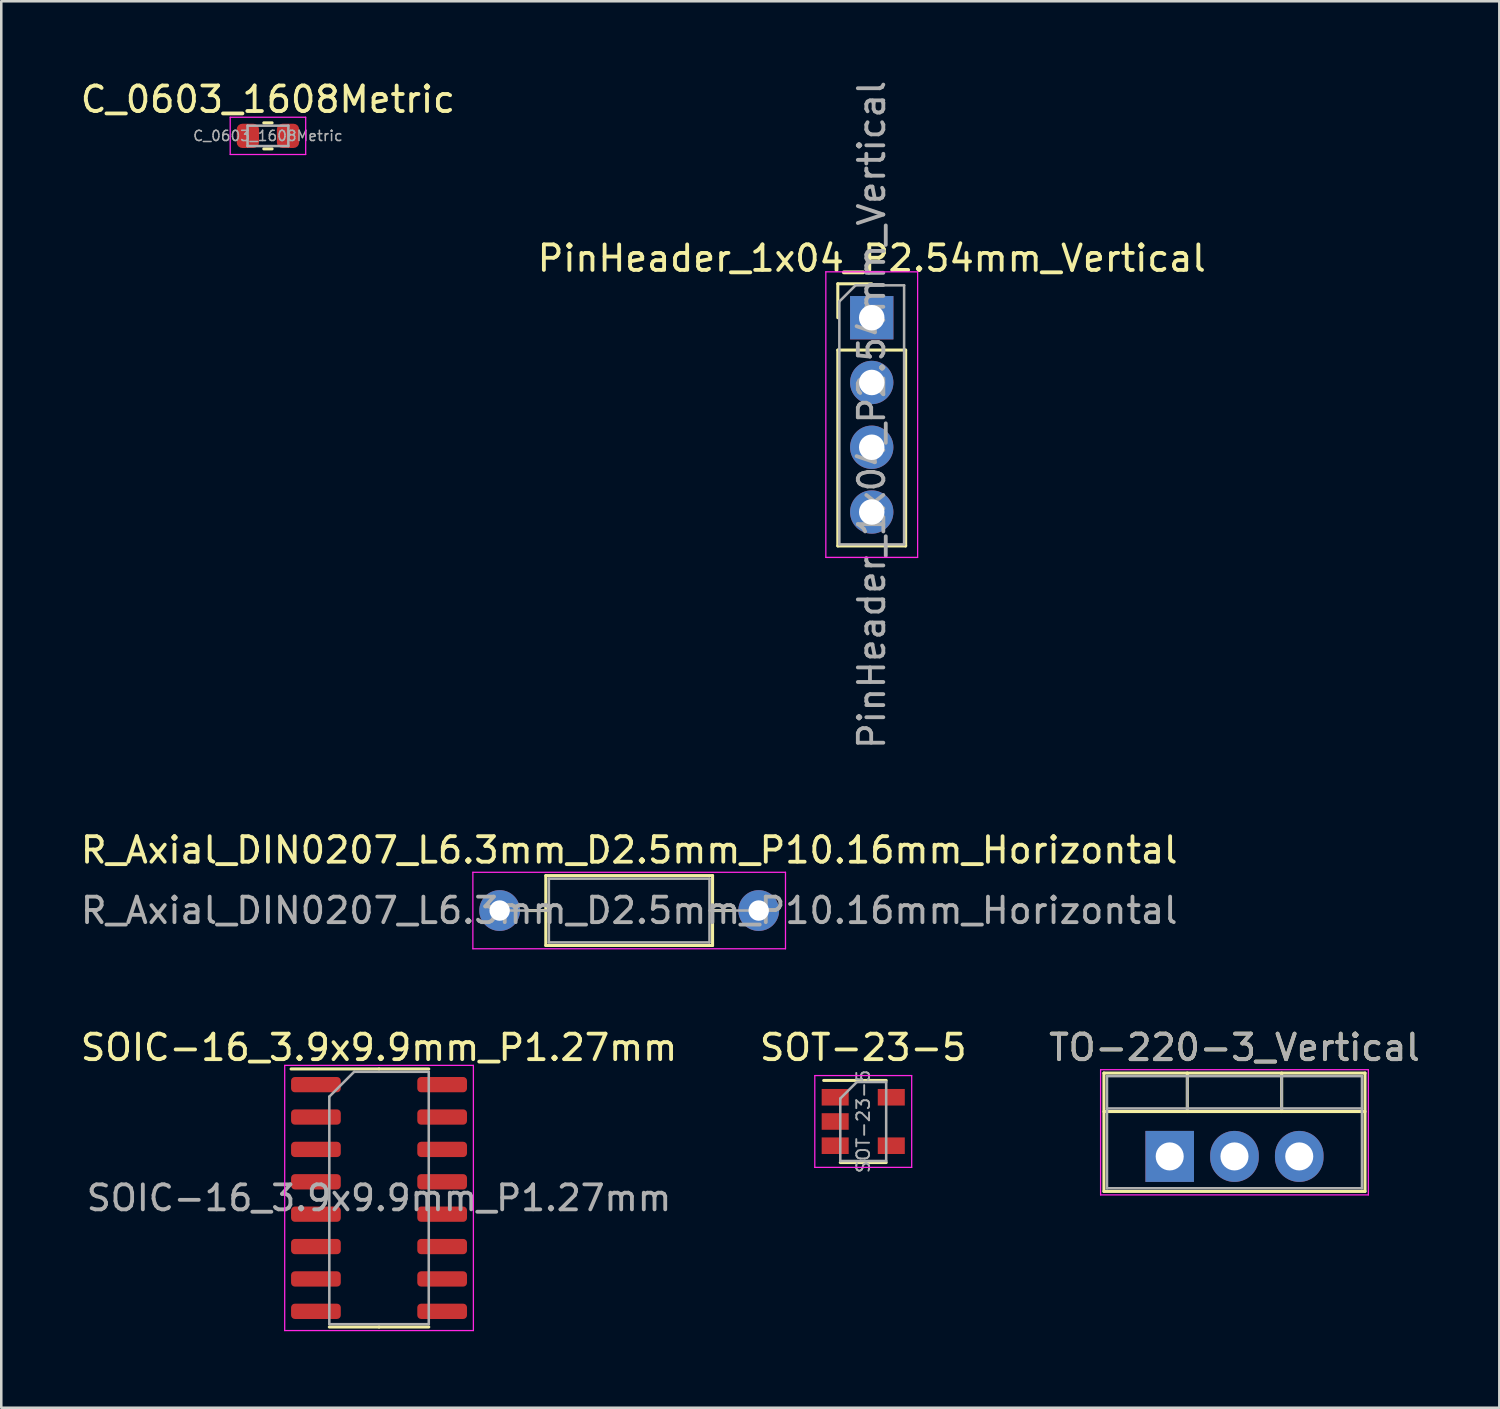
<source format=kicad_pcb>
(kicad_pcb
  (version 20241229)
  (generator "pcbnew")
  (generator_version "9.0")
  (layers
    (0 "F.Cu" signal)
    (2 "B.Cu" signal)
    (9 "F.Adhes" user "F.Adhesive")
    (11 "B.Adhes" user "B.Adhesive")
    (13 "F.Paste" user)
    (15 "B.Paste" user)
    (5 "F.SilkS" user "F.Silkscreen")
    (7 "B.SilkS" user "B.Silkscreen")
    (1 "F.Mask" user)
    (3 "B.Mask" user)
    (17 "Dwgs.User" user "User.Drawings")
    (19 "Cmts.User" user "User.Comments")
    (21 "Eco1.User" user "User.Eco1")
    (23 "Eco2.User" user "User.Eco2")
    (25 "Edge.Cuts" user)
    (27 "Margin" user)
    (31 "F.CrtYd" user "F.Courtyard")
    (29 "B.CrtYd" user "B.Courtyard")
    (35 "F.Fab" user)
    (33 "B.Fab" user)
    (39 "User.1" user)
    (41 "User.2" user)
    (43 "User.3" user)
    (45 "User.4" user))
  (footprint "R_Axial_DIN0207_L6.3mm_D2.5mm_P10.16mm_Horizontal"
    (layer "F.Cu")
    (at 16.545 32.659)
    (property "Reference" "R_Axial_DIN0207_L6.3mm_D2.5mm_P10.16mm_Horizontal" (at 5.08 -2.37 0) (layer "F.SilkS") (effects (font (size 1 1) (thickness 0.15))))
    (attr through_hole)
    (fp_line (start 1.04 0) (end 1.81 0) (stroke (width 0.12) (type solid)) (layer "F.SilkS"))
    (fp_line (start 1.81 -1.37) (end 1.81 1.37) (stroke (width 0.12) (type solid)) (layer "F.SilkS"))
    (fp_line (start 1.81 1.37) (end 8.35 1.37) (stroke (width 0.12) (type solid)) (layer "F.SilkS"))
    (fp_line (start 8.35 -1.37) (end 1.81 -1.37) (stroke (width 0.12) (type solid)) (layer "F.SilkS"))
    (fp_line (start 8.35 1.37) (end 8.35 -1.37) (stroke (width 0.12) (type solid)) (layer "F.SilkS"))
    (fp_line (start 9.12 0) (end 8.35 0) (stroke (width 0.12) (type solid)) (layer "F.SilkS"))
    (fp_line (start -1.05 -1.5) (end -1.05 1.5) (stroke (width 0.05) (type solid)) (layer "F.CrtYd"))
    (fp_line (start -1.05 1.5) (end 11.21 1.5) (stroke (width 0.05) (type solid)) (layer "F.CrtYd"))
    (fp_line (start 11.21 -1.5) (end -1.05 -1.5) (stroke (width 0.05) (type solid)) (layer "F.CrtYd"))
    (fp_line (start 11.21 1.5) (end 11.21 -1.5) (stroke (width 0.05) (type solid)) (layer "F.CrtYd"))
    (fp_line (start 0 0) (end 1.93 0) (stroke (width 0.1) (type solid)) (layer "F.Fab"))
    (fp_line (start 1.93 -1.25) (end 1.93 1.25) (stroke (width 0.1) (type solid)) (layer "F.Fab"))
    (fp_line (start 1.93 1.25) (end 8.23 1.25) (stroke (width 0.1) (type solid)) (layer "F.Fab"))
    (fp_line (start 8.23 -1.25) (end 1.93 -1.25) (stroke (width 0.1) (type solid)) (layer "F.Fab"))
    (fp_line (start 8.23 1.25) (end 8.23 -1.25) (stroke (width 0.1) (type solid)) (layer "F.Fab"))
    (fp_line (start 10.16 0) (end 8.23 0) (stroke (width 0.1) (type solid)) (layer "F.Fab"))
    (fp_text user "${REFERENCE}" (at 5.08 0 0) (layer "F.Fab") (effects (font (size 1 1) (thickness 0.15))))
    (pad "1" thru_hole circle (at 0 0) (size 1.6 1.6) (drill 0.8) (layers "*.Cu" "*.Mask"))
    (pad "2" thru_hole oval (at 10.16 0) (size 1.6 1.6) (drill 0.8) (layers "*.Cu" "*.Mask")))
  (footprint "SOIC-16_3.9x9.9mm_P1.27mm"
    (layer "F.Cu")
    (at 11.815 43.932)
    (property "Reference" "SOIC-16_3.9x9.9mm_P1.27mm" (at 0 -5.9 0) (layer "F.SilkS") (effects (font (size 1 1) (thickness 0.15))))
    (attr smd)
    (fp_line (start 0 -5.06) (end -3.45 -5.06) (stroke (width 0.12) (type solid)) (layer "F.SilkS"))
    (fp_line (start 0 -5.06) (end 1.95 -5.06) (stroke (width 0.12) (type solid)) (layer "F.SilkS"))
    (fp_line (start 0 5.06) (end -1.95 5.06) (stroke (width 0.12) (type solid)) (layer "F.SilkS"))
    (fp_line (start 0 5.06) (end 1.95 5.06) (stroke (width 0.12) (type solid)) (layer "F.SilkS"))
    (fp_line (start -3.7 -5.2) (end -3.7 5.2) (stroke (width 0.05) (type solid)) (layer "F.CrtYd"))
    (fp_line (start -3.7 5.2) (end 3.7 5.2) (stroke (width 0.05) (type solid)) (layer "F.CrtYd"))
    (fp_line (start 3.7 -5.2) (end -3.7 -5.2) (stroke (width 0.05) (type solid)) (layer "F.CrtYd"))
    (fp_line (start 3.7 5.2) (end 3.7 -5.2) (stroke (width 0.05) (type solid)) (layer "F.CrtYd"))
    (fp_line (start -1.95 -3.975) (end -0.975 -4.95) (stroke (width 0.1) (type solid)) (layer "F.Fab"))
    (fp_line (start -1.95 4.95) (end -1.95 -3.975) (stroke (width 0.1) (type solid)) (layer "F.Fab"))
    (fp_line (start -0.975 -4.95) (end 1.95 -4.95) (stroke (width 0.1) (type solid)) (layer "F.Fab"))
    (fp_line (start 1.95 -4.95) (end 1.95 4.95) (stroke (width 0.1) (type solid)) (layer "F.Fab"))
    (fp_line (start 1.95 4.95) (end -1.95 4.95) (stroke (width 0.1) (type solid)) (layer "F.Fab"))
    (fp_text user "${REFERENCE}" (at 0 0 0) (layer "F.Fab") (effects (font (size 0.98 0.98) (thickness 0.15))))
    (pad "1" smd roundrect (at -2.475 -4.445) (size 1.95 0.6) (layers "F.Cu" "F.Mask" "F.Paste") (roundrect_rratio 0.25))
    (pad "2" smd roundrect (at -2.475 -3.175) (size 1.95 0.6) (layers "F.Cu" "F.Mask" "F.Paste") (roundrect_rratio 0.25))
    (pad "3" smd roundrect (at -2.475 -1.905) (size 1.95 0.6) (layers "F.Cu" "F.Mask" "F.Paste") (roundrect_rratio 0.25))
    (pad "4" smd roundrect (at -2.475 -0.635) (size 1.95 0.6) (layers "F.Cu" "F.Mask" "F.Paste") (roundrect_rratio 0.25))
    (pad "5" smd roundrect (at -2.475 0.635) (size 1.95 0.6) (layers "F.Cu" "F.Mask" "F.Paste") (roundrect_rratio 0.25))
    (pad "6" smd roundrect (at -2.475 1.905) (size 1.95 0.6) (layers "F.Cu" "F.Mask" "F.Paste") (roundrect_rratio 0.25))
    (pad "7" smd roundrect (at -2.475 3.175) (size 1.95 0.6) (layers "F.Cu" "F.Mask" "F.Paste") (roundrect_rratio 0.25))
    (pad "8" smd roundrect (at -2.475 4.445) (size 1.95 0.6) (layers "F.Cu" "F.Mask" "F.Paste") (roundrect_rratio 0.25))
    (pad "9" smd roundrect (at 2.475 4.445) (size 1.95 0.6) (layers "F.Cu" "F.Mask" "F.Paste") (roundrect_rratio 0.25))
    (pad "10" smd roundrect (at 2.475 3.175) (size 1.95 0.6) (layers "F.Cu" "F.Mask" "F.Paste") (roundrect_rratio 0.25))
    (pad "11" smd roundrect (at 2.475 1.905) (size 1.95 0.6) (layers "F.Cu" "F.Mask" "F.Paste") (roundrect_rratio 0.25))
    (pad "12" smd roundrect (at 2.475 0.635) (size 1.95 0.6) (layers "F.Cu" "F.Mask" "F.Paste") (roundrect_rratio 0.25))
    (pad "13" smd roundrect (at 2.475 -0.635) (size 1.95 0.6) (layers "F.Cu" "F.Mask" "F.Paste") (roundrect_rratio 0.25))
    (pad "14" smd roundrect (at 2.475 -1.905) (size 1.95 0.6) (layers "F.Cu" "F.Mask" "F.Paste") (roundrect_rratio 0.25))
    (pad "15" smd roundrect (at 2.475 -3.175) (size 1.95 0.6) (layers "F.Cu" "F.Mask" "F.Paste") (roundrect_rratio 0.25))
    (pad "16" smd roundrect (at 2.475 -4.445) (size 1.95 0.6) (layers "F.Cu" "F.Mask" "F.Paste") (roundrect_rratio 0.25)))
  (footprint "C_0603_1608Metric"
    (layer "F.Cu")
    (at 7.458 2.278)
    (property "Reference" "C_0603_1608Metric" (at 0 -1.43 0) (layer "F.SilkS") (effects (font (size 1 1) (thickness 0.15))))
    (attr smd)
    (fp_line (start -0.163 -0.51) (end 0.163 -0.51) (stroke (width 0.12) (type solid)) (layer "F.SilkS"))
    (fp_line (start -0.163 0.51) (end 0.163 0.51) (stroke (width 0.12) (type solid)) (layer "F.SilkS"))
    (fp_line (start -1.48 -0.73) (end 1.48 -0.73) (stroke (width 0.05) (type solid)) (layer "F.CrtYd"))
    (fp_line (start -1.48 0.73) (end -1.48 -0.73) (stroke (width 0.05) (type solid)) (layer "F.CrtYd"))
    (fp_line (start 1.48 -0.73) (end 1.48 0.73) (stroke (width 0.05) (type solid)) (layer "F.CrtYd"))
    (fp_line (start 1.48 0.73) (end -1.48 0.73) (stroke (width 0.05) (type solid)) (layer "F.CrtYd"))
    (fp_line (start -0.8 -0.4) (end 0.8 -0.4) (stroke (width 0.1) (type solid)) (layer "F.Fab"))
    (fp_line (start -0.8 0.4) (end -0.8 -0.4) (stroke (width 0.1) (type solid)) (layer "F.Fab"))
    (fp_line (start 0.8 -0.4) (end 0.8 0.4) (stroke (width 0.1) (type solid)) (layer "F.Fab"))
    (fp_line (start 0.8 0.4) (end -0.8 0.4) (stroke (width 0.1) (type solid)) (layer "F.Fab"))
    (fp_text user "${REFERENCE}" (at 0 0 0) (layer "F.Fab") (effects (font (size 0.4 0.4) (thickness 0.06))))
    (pad "1" smd roundrect (at -0.787 0) (size 0.875 0.95) (layers "F.Cu" "F.Mask" "F.Paste") (roundrect_rratio 0.25))
    (pad "2" smd roundrect (at 0.787 0) (size 0.875 0.95) (layers "F.Cu" "F.Mask" "F.Paste") (roundrect_rratio 0.25)))
  (footprint "SOT-23-5"
    (layer "F.Cu")
    (at 30.804 40.932)
    (property "Reference" "SOT-23-5" (at 0 -2.9 0) (layer "F.SilkS") (effects (font (size 1 1) (thickness 0.15))))
    (attr smd)
    (fp_line (start -0.9 1.61) (end 0.9 1.61) (stroke (width 0.12) (type solid)) (layer "F.SilkS"))
    (fp_line (start 0.9 -1.61) (end -1.55 -1.61) (stroke (width 0.12) (type solid)) (layer "F.SilkS"))
    (fp_line (start -1.9 -1.8) (end 1.9 -1.8) (stroke (width 0.05) (type solid)) (layer "F.CrtYd"))
    (fp_line (start -1.9 1.8) (end -1.9 -1.8) (stroke (width 0.05) (type solid)) (layer "F.CrtYd"))
    (fp_line (start 1.9 -1.8) (end 1.9 1.8) (stroke (width 0.05) (type solid)) (layer "F.CrtYd"))
    (fp_line (start 1.9 1.8) (end -1.9 1.8) (stroke (width 0.05) (type solid)) (layer "F.CrtYd"))
    (fp_line (start -0.9 -0.9) (end -0.9 1.55) (stroke (width 0.1) (type solid)) (layer "F.Fab"))
    (fp_line (start -0.9 -0.9) (end -0.25 -1.55) (stroke (width 0.1) (type solid)) (layer "F.Fab"))
    (fp_line (start 0.9 -1.55) (end -0.25 -1.55) (stroke (width 0.1) (type solid)) (layer "F.Fab"))
    (fp_line (start 0.9 -1.55) (end 0.9 1.55) (stroke (width 0.1) (type solid)) (layer "F.Fab"))
    (fp_line (start 0.9 1.55) (end -0.9 1.55) (stroke (width 0.1) (type solid)) (layer "F.Fab"))
    (fp_text user "${REFERENCE}" (at 0 0 90) (layer "F.Fab") (effects (font (size 0.5 0.5) (thickness 0.075))))
    (pad "1" smd rect (at -1.1 -0.95) (size 1.06 0.65) (layers "F.Cu" "F.Mask" "F.Paste"))
    (pad "2" smd rect (at -1.1 0) (size 1.06 0.65) (layers "F.Cu" "F.Mask" "F.Paste"))
    (pad "3" smd rect (at -1.1 0.95) (size 1.06 0.65) (layers "F.Cu" "F.Mask" "F.Paste"))
    (pad "4" smd rect (at 1.1 0.95) (size 1.06 0.65) (layers "F.Cu" "F.Mask" "F.Paste"))
    (pad "5" smd rect (at 1.1 -0.95) (size 1.06 0.65) (layers "F.Cu" "F.Mask" "F.Paste")))
  (footprint "PinHeader_1x04_P2.54mm_Vertical"
    (layer "F.Cu")
    (at 31.137 9.41)
    (property "Reference" "PinHeader_1x04_P2.54mm_Vertical" (at 0 -2.33 0) (layer "F.SilkS") (effects (font (size 1 1) (thickness 0.15))))
    (attr through_hole)
    (fp_line (start -1.33 -1.33) (end 0 -1.33) (stroke (width 0.12) (type solid)) (layer "F.SilkS"))
    (fp_line (start -1.33 0) (end -1.33 -1.33) (stroke (width 0.12) (type solid)) (layer "F.SilkS"))
    (fp_line (start -1.33 1.27) (end -1.33 8.95) (stroke (width 0.12) (type solid)) (layer "F.SilkS"))
    (fp_line (start -1.33 1.27) (end 1.33 1.27) (stroke (width 0.12) (type solid)) (layer "F.SilkS"))
    (fp_line (start -1.33 8.95) (end 1.33 8.95) (stroke (width 0.12) (type solid)) (layer "F.SilkS"))
    (fp_line (start 1.33 1.27) (end 1.33 8.95) (stroke (width 0.12) (type solid)) (layer "F.SilkS"))
    (fp_line (start -1.8 -1.8) (end -1.8 9.4) (stroke (width 0.05) (type solid)) (layer "F.CrtYd"))
    (fp_line (start -1.8 9.4) (end 1.8 9.4) (stroke (width 0.05) (type solid)) (layer "F.CrtYd"))
    (fp_line (start 1.8 -1.8) (end -1.8 -1.8) (stroke (width 0.05) (type solid)) (layer "F.CrtYd"))
    (fp_line (start 1.8 9.4) (end 1.8 -1.8) (stroke (width 0.05) (type solid)) (layer "F.CrtYd"))
    (fp_line (start -1.27 -0.635) (end -0.635 -1.27) (stroke (width 0.1) (type solid)) (layer "F.Fab"))
    (fp_line (start -1.27 8.89) (end -1.27 -0.635) (stroke (width 0.1) (type solid)) (layer "F.Fab"))
    (fp_line (start -0.635 -1.27) (end 1.27 -1.27) (stroke (width 0.1) (type solid)) (layer "F.Fab"))
    (fp_line (start 1.27 -1.27) (end 1.27 8.89) (stroke (width 0.1) (type solid)) (layer "F.Fab"))
    (fp_line (start 1.27 8.89) (end -1.27 8.89) (stroke (width 0.1) (type solid)) (layer "F.Fab"))
    (fp_text user "${REFERENCE}" (at 0 3.81 90) (layer "F.Fab") (effects (font (size 1 1) (thickness 0.15))))
    (pad "1" thru_hole rect (at 0 0) (size 1.7 1.7) (drill 1) (layers "*.Cu" "*.Mask"))
    (pad "2" thru_hole oval (at 0 2.54) (size 1.7 1.7) (drill 1) (layers "*.Cu" "*.Mask"))
    (pad "3" thru_hole oval (at 0 5.08) (size 1.7 1.7) (drill 1) (layers "*.Cu" "*.Mask"))
    (pad "4" thru_hole oval (at 0 7.62) (size 1.7 1.7) (drill 1) (layers "*.Cu" "*.Mask")))
  (footprint "TO-220-3_Vertical"
    (layer "F.Cu")
    (at 42.823 42.302)
    (property "Reference" "TO-220-3_Vertical" (at 2.54 -4.27 0) (layer "F.SilkS") (effects (font (size 1 1) (thickness 0.15))))
    (attr through_hole)
    (fp_line (start -2.58 -3.27) (end -2.58 1.371) (stroke (width 0.12) (type solid)) (layer "F.SilkS"))
    (fp_line (start -2.58 -3.27) (end 7.66 -3.27) (stroke (width 0.12) (type solid)) (layer "F.SilkS"))
    (fp_line (start -2.58 -1.76) (end 7.66 -1.76) (stroke (width 0.12) (type solid)) (layer "F.SilkS"))
    (fp_line (start -2.58 1.371) (end 7.66 1.371) (stroke (width 0.12) (type solid)) (layer "F.SilkS"))
    (fp_line (start 0.69 -3.27) (end 0.69 -1.76) (stroke (width 0.12) (type solid)) (layer "F.SilkS"))
    (fp_line (start 4.391 -3.27) (end 4.391 -1.76) (stroke (width 0.12) (type solid)) (layer "F.SilkS"))
    (fp_line (start 7.66 -3.27) (end 7.66 1.371) (stroke (width 0.12) (type solid)) (layer "F.SilkS"))
    (fp_line (start -2.71 -3.4) (end -2.71 1.51) (stroke (width 0.05) (type solid)) (layer "F.CrtYd"))
    (fp_line (start -2.71 1.51) (end 7.79 1.51) (stroke (width 0.05) (type solid)) (layer "F.CrtYd"))
    (fp_line (start 7.79 -3.4) (end -2.71 -3.4) (stroke (width 0.05) (type solid)) (layer "F.CrtYd"))
    (fp_line (start 7.79 1.51) (end 7.79 -3.4) (stroke (width 0.05) (type solid)) (layer "F.CrtYd"))
    (fp_line (start -2.46 -3.15) (end -2.46 1.25) (stroke (width 0.1) (type solid)) (layer "F.Fab"))
    (fp_line (start -2.46 -1.88) (end 7.54 -1.88) (stroke (width 0.1) (type solid)) (layer "F.Fab"))
    (fp_line (start -2.46 1.25) (end 7.54 1.25) (stroke (width 0.1) (type solid)) (layer "F.Fab"))
    (fp_line (start 0.69 -3.15) (end 0.69 -1.88) (stroke (width 0.1) (type solid)) (layer "F.Fab"))
    (fp_line (start 4.39 -3.15) (end 4.39 -1.88) (stroke (width 0.1) (type solid)) (layer "F.Fab"))
    (fp_line (start 7.54 -3.15) (end -2.46 -3.15) (stroke (width 0.1) (type solid)) (layer "F.Fab"))
    (fp_line (start 7.54 1.25) (end 7.54 -3.15) (stroke (width 0.1) (type solid)) (layer "F.Fab"))
    (fp_text user "${REFERENCE}" (at 2.54 -4.27 0) (layer "F.Fab") (effects (font (size 1 1) (thickness 0.15))))
    (pad "1" thru_hole rect (at 0 0) (size 1.905 2) (drill 1.1) (layers "*.Cu" "*.Mask"))
    (pad "2" thru_hole oval (at 2.54 0) (size 1.905 2) (drill 1.1) (layers "*.Cu" "*.Mask"))
    (pad "3" thru_hole oval (at 5.08 0) (size 1.905 2) (drill 1.1) (layers "*.Cu" "*.Mask")))
  (gr_rect
    (start -3 -3)
    (end 55.75 52.157)
    (stroke (width 0.1) (type default))
    (fill no)
    (layer "Edge.Cuts")))
</source>
